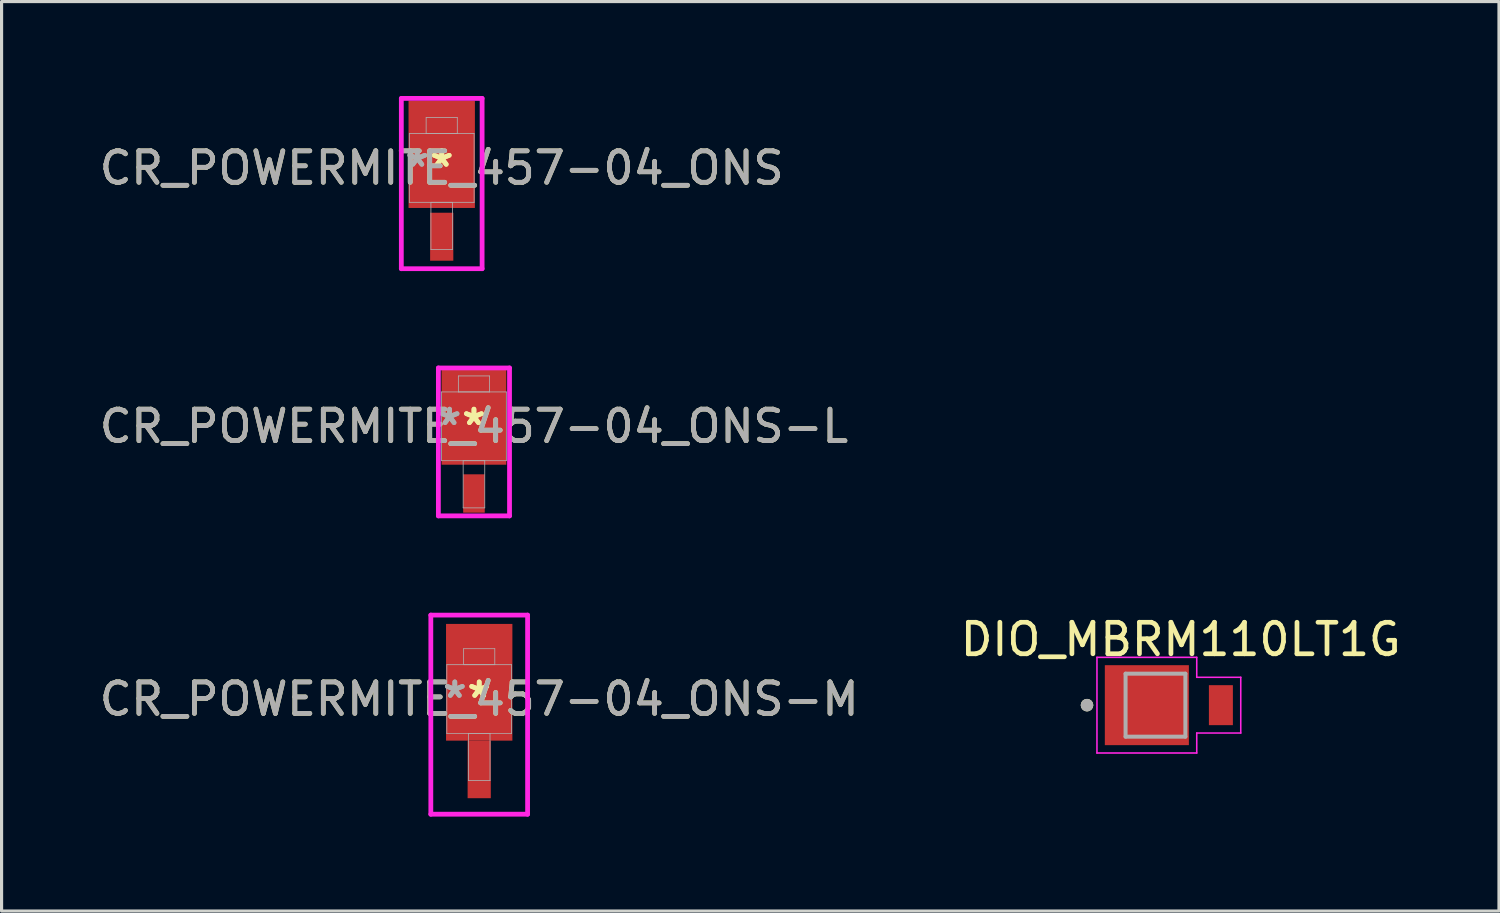
<source format=kicad_pcb>
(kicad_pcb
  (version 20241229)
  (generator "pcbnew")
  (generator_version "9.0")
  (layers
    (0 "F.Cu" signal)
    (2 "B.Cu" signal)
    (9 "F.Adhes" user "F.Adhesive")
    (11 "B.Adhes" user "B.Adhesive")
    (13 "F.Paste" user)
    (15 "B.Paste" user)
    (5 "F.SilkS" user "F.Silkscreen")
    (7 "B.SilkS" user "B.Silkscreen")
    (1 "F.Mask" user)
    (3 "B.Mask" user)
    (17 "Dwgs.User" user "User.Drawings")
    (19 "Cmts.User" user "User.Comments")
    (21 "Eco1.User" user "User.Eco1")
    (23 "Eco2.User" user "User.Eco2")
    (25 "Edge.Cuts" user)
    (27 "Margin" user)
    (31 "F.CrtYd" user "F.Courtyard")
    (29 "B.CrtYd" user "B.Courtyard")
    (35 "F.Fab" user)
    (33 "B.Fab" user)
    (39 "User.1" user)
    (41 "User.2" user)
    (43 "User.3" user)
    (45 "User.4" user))
  (footprint "CR_POWERMITE_457-04_ONS-L"
    (layer "F.Cu")
    (at 12.006 10.493)
    (property "Reference" "CR_POWERMITE_457-04_ONS-L" (at 0 0 0) (unlocked yes) (layer "F.SilkS") (effects (font (size 1 1) (thickness 0.15))))
    (attr smd)
    (fp_line (start -1.13 -1.854) (end 1.13 -1.854) (stroke (width 0.152) (type solid)) (layer "F.CrtYd"))
    (fp_line (start -1.13 2.845) (end -1.13 -1.854) (stroke (width 0.152) (type solid)) (layer "F.CrtYd"))
    (fp_line (start 1.13 -1.854) (end 1.13 2.845) (stroke (width 0.152) (type solid)) (layer "F.CrtYd"))
    (fp_line (start 1.13 2.845) (end -1.13 2.845) (stroke (width 0.152) (type solid)) (layer "F.CrtYd"))
    (fp_line (start -1.029 -1.092) (end -1.029 1.092) (stroke (width 0.025) (type solid)) (layer "F.Fab"))
    (fp_line (start -1.029 1.092) (end 1.029 1.092) (stroke (width 0.025) (type solid)) (layer "F.Fab"))
    (fp_line (start -0.495 -1.6) (end -0.495 -1.092) (stroke (width 0.025) (type solid)) (layer "F.Fab"))
    (fp_line (start -0.495 -1.092) (end 0.495 -1.092) (stroke (width 0.025) (type solid)) (layer "F.Fab"))
    (fp_line (start -0.343 1.092) (end -0.343 2.591) (stroke (width 0.025) (type solid)) (layer "F.Fab"))
    (fp_line (start -0.343 2.591) (end 0.343 2.591) (stroke (width 0.025) (type solid)) (layer "F.Fab"))
    (fp_line (start 0.343 1.092) (end -0.343 1.092) (stroke (width 0.025) (type solid)) (layer "F.Fab"))
    (fp_line (start 0.343 2.591) (end 0.343 1.092) (stroke (width 0.025) (type solid)) (layer "F.Fab"))
    (fp_line (start 0.495 -1.6) (end -0.495 -1.6) (stroke (width 0.025) (type solid)) (layer "F.Fab"))
    (fp_line (start 0.495 -1.092) (end 0.495 -1.6) (stroke (width 0.025) (type solid)) (layer "F.Fab"))
    (fp_line (start 1.029 -1.092) (end -1.029 -1.092) (stroke (width 0.025) (type solid)) (layer "F.Fab"))
    (fp_line (start 1.029 -1.092) (end 1.029 1.092) (stroke (width 0.025) (type solid)) (layer "F.Fab"))
    (fp_text user "*" (at 0 0 0) (layer "F.SilkS") (effects (font (size 1 1) (thickness 0.15))))
    (fp_text user "*" (at 0 0 0) (unlocked yes) (layer "F.SilkS") (effects (font (size 1 1) (thickness 0.15))))
    (fp_text user "*" (at -0.775 0 0) (unlocked yes) (layer "F.Fab") (effects (font (size 1 1) (thickness 0.15))))
    (fp_text user "${REFERENCE}" (at 0 0 0) (unlocked yes) (layer "F.Fab") (effects (font (size 1 1) (thickness 0.15))))
    (fp_text user "*" (at -0.775 0 0) (layer "F.Fab") (effects (font (size 1 1) (thickness 0.15))))
    (pad "1" smd rect (at 0 -0.33) (size 2.057 3.099) (layers "F.Cu" "F.Mask" "F.Paste"))
    (pad "2" smd rect (at 0 2.134) (size 0.686 1.219) (layers "F.Cu" "F.Mask" "F.Paste")))
  (footprint "DIO_MBRM110LT1G"
    (layer "F.Cu")
    (at 34.081 19.351)
    (property "Reference" "DIO_MBRM110LT1G" (at 0.376 -2.088 0) (layer "F.SilkS") (effects (font (size 1.001 1.001) (thickness 0.15))))
    (attr smd)
    (fp_circle (center -2.6 0) (end -2.5 0) (stroke (width 0.2) (type solid)) (fill no) (layer "F.SilkS"))
    (fp_line (start -2.284 -1.52) (end 0.886 -1.52) (stroke (width 0.05) (type solid)) (layer "F.CrtYd"))
    (fp_line (start -2.284 1.52) (end -2.284 -1.52) (stroke (width 0.05) (type solid)) (layer "F.CrtYd"))
    (fp_line (start 0.886 -1.52) (end 0.886 -0.885) (stroke (width 0.05) (type solid)) (layer "F.CrtYd"))
    (fp_line (start 0.886 -0.885) (end 2.284 -0.885) (stroke (width 0.05) (type solid)) (layer "F.CrtYd"))
    (fp_line (start 0.886 0.885) (end 0.886 1.52) (stroke (width 0.05) (type solid)) (layer "F.CrtYd"))
    (fp_line (start 0.886 1.52) (end -2.284 1.52) (stroke (width 0.05) (type solid)) (layer "F.CrtYd"))
    (fp_line (start 2.284 -0.885) (end 2.284 0.885) (stroke (width 0.05) (type solid)) (layer "F.CrtYd"))
    (fp_line (start 2.284 0.885) (end 0.886 0.885) (stroke (width 0.05) (type solid)) (layer "F.CrtYd"))
    (fp_line (start -1.375 -1) (end 0.525 -1) (stroke (width 0.127) (type solid)) (layer "F.Fab"))
    (fp_line (start -1.375 1) (end -1.375 -1) (stroke (width 0.127) (type solid)) (layer "F.Fab"))
    (fp_line (start 0.525 -1) (end 0.525 1) (stroke (width 0.127) (type solid)) (layer "F.Fab"))
    (fp_line (start 0.525 1) (end -1.375 1) (stroke (width 0.127) (type solid)) (layer "F.Fab"))
    (fp_circle (center -2.6 0) (end -2.5 0) (stroke (width 0.2) (type solid)) (fill no) (layer "F.Fab"))
    (pad "1" smd rect (at -0.699 0) (size 2.67 2.54) (layers "F.Cu" "F.Mask" "F.Paste"))
    (pad "2" smd rect (at 1.653 0) (size 0.762 1.27) (layers "F.Cu" "F.Mask" "F.Paste")))
  (footprint "CR_POWERMITE_457-04_ONS"
    (layer "F.Cu")
    (at 10.982 2.286)
    (property "Reference" "CR_POWERMITE_457-04_ONS" (at 0 0 0) (unlocked yes) (layer "F.SilkS") (effects (font (size 1 1) (thickness 0.15))))
    (attr smd)
    (fp_line (start -1.283 -2.21) (end 1.283 -2.21) (stroke (width 0.152) (type solid)) (layer "F.CrtYd"))
    (fp_line (start -1.283 3.2) (end -1.283 -2.21) (stroke (width 0.152) (type solid)) (layer "F.CrtYd"))
    (fp_line (start 1.283 -2.21) (end 1.283 3.2) (stroke (width 0.152) (type solid)) (layer "F.CrtYd"))
    (fp_line (start 1.283 3.2) (end -1.283 3.2) (stroke (width 0.152) (type solid)) (layer "F.CrtYd"))
    (fp_line (start -1.029 -1.092) (end -1.029 1.092) (stroke (width 0.025) (type solid)) (layer "F.Fab"))
    (fp_line (start -1.029 1.092) (end 1.029 1.092) (stroke (width 0.025) (type solid)) (layer "F.Fab"))
    (fp_line (start -0.495 -1.6) (end -0.495 -1.092) (stroke (width 0.025) (type solid)) (layer "F.Fab"))
    (fp_line (start -0.495 -1.092) (end 0.495 -1.092) (stroke (width 0.025) (type solid)) (layer "F.Fab"))
    (fp_line (start -0.343 1.092) (end -0.343 2.591) (stroke (width 0.025) (type solid)) (layer "F.Fab"))
    (fp_line (start -0.343 2.591) (end 0.343 2.591) (stroke (width 0.025) (type solid)) (layer "F.Fab"))
    (fp_line (start 0.343 1.092) (end -0.343 1.092) (stroke (width 0.025) (type solid)) (layer "F.Fab"))
    (fp_line (start 0.343 2.591) (end 0.343 1.092) (stroke (width 0.025) (type solid)) (layer "F.Fab"))
    (fp_line (start 0.495 -1.6) (end -0.495 -1.6) (stroke (width 0.025) (type solid)) (layer "F.Fab"))
    (fp_line (start 0.495 -1.092) (end 0.495 -1.6) (stroke (width 0.025) (type solid)) (layer "F.Fab"))
    (fp_line (start 1.029 -1.092) (end -1.029 -1.092) (stroke (width 0.025) (type solid)) (layer "F.Fab"))
    (fp_line (start 1.029 -1.092) (end 1.029 1.092) (stroke (width 0.025) (type solid)) (layer "F.Fab"))
    (fp_text user "*" (at 0 0 0) (layer "F.SilkS") (effects (font (size 1 1) (thickness 0.15))))
    (fp_text user "*" (at 0 0 0) (unlocked yes) (layer "F.SilkS") (effects (font (size 1 1) (thickness 0.15))))
    (fp_text user "${REFERENCE}" (at 0 0 0) (unlocked yes) (layer "F.Fab") (effects (font (size 1 1) (thickness 0.15))))
    (fp_text user "*" (at -0.775 0 0) (layer "F.Fab") (effects (font (size 1 1) (thickness 0.15))))
    (fp_text user "*" (at -0.775 0 0) (unlocked yes) (layer "F.Fab") (effects (font (size 1 1) (thickness 0.15))))
    (pad "1" smd rect (at 0 -0.432) (size 2.108 3.404) (layers "F.Cu" "F.Mask" "F.Paste"))
    (pad "2" smd rect (at 0 2.184) (size 0.737 1.524) (layers "F.Cu" "F.Mask" "F.Paste")))
  (footprint "CR_POWERMITE_457-04_ONS-M"
    (layer "F.Cu")
    (at 12.173 19.157)
    (property "Reference" "CR_POWERMITE_457-04_ONS-M" (at 0 0 0) (unlocked yes) (layer "F.SilkS") (effects (font (size 1 1) (thickness 0.15))))
    (attr smd)
    (fp_line (start -1.537 -2.667) (end 1.537 -2.667) (stroke (width 0.152) (type solid)) (layer "F.CrtYd"))
    (fp_line (start -1.537 3.658) (end -1.537 -2.667) (stroke (width 0.152) (type solid)) (layer "F.CrtYd"))
    (fp_line (start 1.537 -2.667) (end 1.537 3.658) (stroke (width 0.152) (type solid)) (layer "F.CrtYd"))
    (fp_line (start 1.537 3.658) (end -1.537 3.658) (stroke (width 0.152) (type solid)) (layer "F.CrtYd"))
    (fp_line (start -1.029 -1.092) (end -1.029 1.092) (stroke (width 0.025) (type solid)) (layer "F.Fab"))
    (fp_line (start -1.029 1.092) (end 1.029 1.092) (stroke (width 0.025) (type solid)) (layer "F.Fab"))
    (fp_line (start -0.495 -1.6) (end -0.495 -1.092) (stroke (width 0.025) (type solid)) (layer "F.Fab"))
    (fp_line (start -0.495 -1.092) (end 0.495 -1.092) (stroke (width 0.025) (type solid)) (layer "F.Fab"))
    (fp_line (start -0.343 1.092) (end -0.343 2.591) (stroke (width 0.025) (type solid)) (layer "F.Fab"))
    (fp_line (start -0.343 2.591) (end 0.343 2.591) (stroke (width 0.025) (type solid)) (layer "F.Fab"))
    (fp_line (start 0.343 1.092) (end -0.343 1.092) (stroke (width 0.025) (type solid)) (layer "F.Fab"))
    (fp_line (start 0.343 2.591) (end 0.343 1.092) (stroke (width 0.025) (type solid)) (layer "F.Fab"))
    (fp_line (start 0.495 -1.6) (end -0.495 -1.6) (stroke (width 0.025) (type solid)) (layer "F.Fab"))
    (fp_line (start 0.495 -1.092) (end 0.495 -1.6) (stroke (width 0.025) (type solid)) (layer "F.Fab"))
    (fp_line (start 1.029 -1.092) (end -1.029 -1.092) (stroke (width 0.025) (type solid)) (layer "F.Fab"))
    (fp_line (start 1.029 -1.092) (end 1.029 1.092) (stroke (width 0.025) (type solid)) (layer "F.Fab"))
    (fp_text user "*" (at 0 0 0) (layer "F.SilkS") (effects (font (size 1 1) (thickness 0.15))))
    (fp_text user "*" (at 0 0 0) (unlocked yes) (layer "F.SilkS") (effects (font (size 1 1) (thickness 0.15))))
    (fp_text user "*" (at -0.775 0 0) (unlocked yes) (layer "F.Fab") (effects (font (size 1 1) (thickness 0.15))))
    (fp_text user "${REFERENCE}" (at 0 0 0) (unlocked yes) (layer "F.Fab") (effects (font (size 1 1) (thickness 0.15))))
    (fp_text user "*" (at -0.775 0 0) (layer "F.Fab") (effects (font (size 1 1) (thickness 0.15))))
    (pad "1" smd rect (at 0 -0.533) (size 2.108 3.708) (layers "F.Cu" "F.Mask" "F.Paste"))
    (pad "2" smd rect (at 0 2.235) (size 0.737 1.829) (layers "F.Cu" "F.Mask" "F.Paste")))
  (gr_rect
    (start -3 -3)
    (end 44.568 25.891)
    (stroke (width 0.1) (type default))
    (fill no)
    (layer "Edge.Cuts")))
</source>
